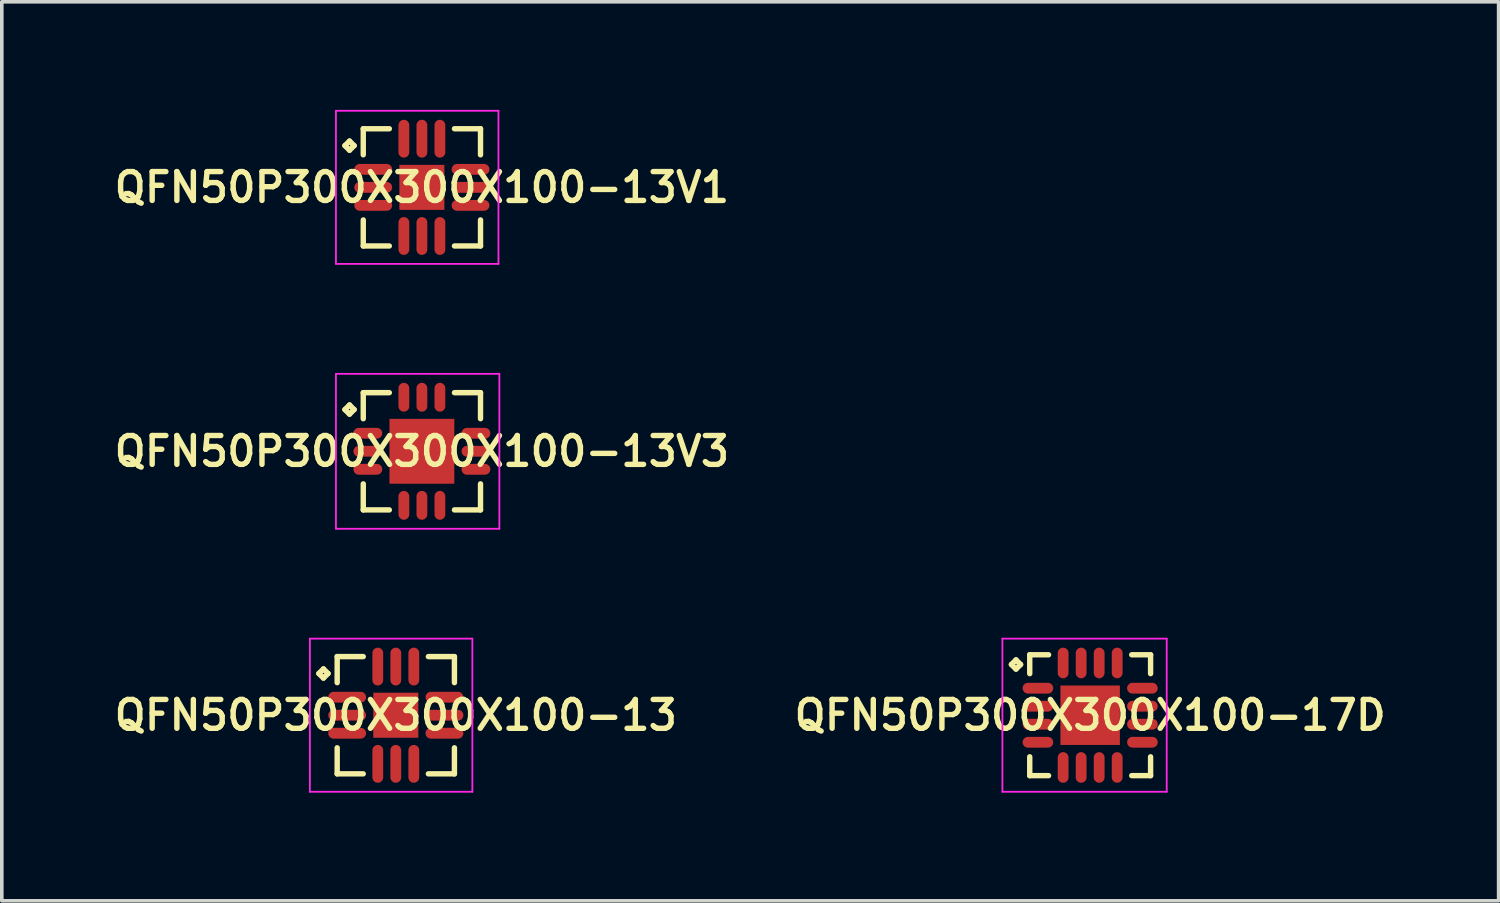
<source format=kicad_pcb>
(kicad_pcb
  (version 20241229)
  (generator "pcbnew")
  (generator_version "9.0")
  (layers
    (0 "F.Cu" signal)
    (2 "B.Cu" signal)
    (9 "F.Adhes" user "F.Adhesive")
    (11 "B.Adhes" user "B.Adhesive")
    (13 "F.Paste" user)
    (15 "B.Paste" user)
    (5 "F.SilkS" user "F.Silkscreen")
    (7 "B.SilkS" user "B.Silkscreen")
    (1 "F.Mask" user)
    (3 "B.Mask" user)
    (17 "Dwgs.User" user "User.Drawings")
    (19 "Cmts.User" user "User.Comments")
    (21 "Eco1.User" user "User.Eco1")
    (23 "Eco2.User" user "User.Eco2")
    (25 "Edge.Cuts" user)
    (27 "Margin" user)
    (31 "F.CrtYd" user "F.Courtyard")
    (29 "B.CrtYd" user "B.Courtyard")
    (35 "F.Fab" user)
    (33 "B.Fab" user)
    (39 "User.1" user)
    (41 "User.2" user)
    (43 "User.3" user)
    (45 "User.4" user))
  (footprint "QFN50P300X300X100-13V3"
    (layer "F.Cu")
    (at 8.659 9.475)
    (property "Reference" "QFN50P300X300X100-13V3" (at 0 0 0) (layer "F.SilkS") (effects (font (size 0.8 0.8) (thickness 0.15))))
    (attr smd)
    (fp_line (start -2.135 -1.158) (end -2.008 -1.285) (stroke (width 0.15) (type solid)) (layer "F.SilkS"))
    (fp_line (start -2.008 -1.285) (end -1.881 -1.158) (stroke (width 0.15) (type solid)) (layer "F.SilkS"))
    (fp_line (start -2.008 -1.031) (end -2.135 -1.158) (stroke (width 0.15) (type solid)) (layer "F.SilkS"))
    (fp_line (start -1.881 -1.158) (end -2.008 -1.031) (stroke (width 0.15) (type solid)) (layer "F.SilkS"))
    (fp_line (start -1.627 -1.627) (end -0.904 -1.627) (stroke (width 0.15) (type solid)) (layer "F.SilkS"))
    (fp_line (start -1.627 -0.904) (end -1.627 -1.627) (stroke (width 0.15) (type solid)) (layer "F.SilkS"))
    (fp_line (start -1.627 0.904) (end -1.627 1.627) (stroke (width 0.15) (type solid)) (layer "F.SilkS"))
    (fp_line (start -1.627 1.627) (end -0.904 1.627) (stroke (width 0.15) (type solid)) (layer "F.SilkS"))
    (fp_line (start 0.904 -1.627) (end 1.627 -1.627) (stroke (width 0.15) (type solid)) (layer "F.SilkS"))
    (fp_line (start 0.904 1.627) (end 1.627 1.627) (stroke (width 0.15) (type solid)) (layer "F.SilkS"))
    (fp_line (start 1.627 -1.627) (end 1.627 -0.904) (stroke (width 0.15) (type solid)) (layer "F.SilkS"))
    (fp_line (start 1.627 1.627) (end 1.627 0.904) (stroke (width 0.15) (type solid)) (layer "F.SilkS"))
    (fp_line (start -2.385 -2.15) (end 2.15 -2.15) (stroke (width 0.05) (type solid)) (layer "F.CrtYd"))
    (fp_line (start -2.385 2.15) (end -2.385 -2.15) (stroke (width 0.05) (type solid)) (layer "F.CrtYd"))
    (fp_line (start 2.15 -2.15) (end 2.15 2.15) (stroke (width 0.05) (type solid)) (layer "F.CrtYd"))
    (fp_line (start 2.15 2.15) (end -2.385 2.15) (stroke (width 0.05) (type solid)) (layer "F.CrtYd"))
    (pad "1" smd oval (at -1.5 -0.5) (size 0.8 0.3) (layers "F.Cu" "F.Mask" "F.Paste"))
    (pad "2" smd oval (at -1.5 0) (size 0.8 0.3) (layers "F.Cu" "F.Mask" "F.Paste"))
    (pad "3" smd oval (at -1.5 0.5) (size 0.8 0.3) (layers "F.Cu" "F.Mask" "F.Paste"))
    (pad "4" smd oval (at -0.5 1.5) (size 0.3 0.8) (layers "F.Cu" "F.Mask" "F.Paste"))
    (pad "5" smd oval (at 0 1.5) (size 0.3 0.8) (layers "F.Cu" "F.Mask" "F.Paste"))
    (pad "6" smd oval (at 0.5 1.5) (size 0.3 0.8) (layers "F.Cu" "F.Mask" "F.Paste"))
    (pad "7" smd oval (at 1.5 0.5) (size 0.8 0.3) (layers "F.Cu" "F.Mask" "F.Paste"))
    (pad "8" smd oval (at 1.5 0) (size 0.8 0.3) (layers "F.Cu" "F.Mask" "F.Paste"))
    (pad "9" smd oval (at 1.5 -0.5) (size 0.8 0.3) (layers "F.Cu" "F.Mask" "F.Paste"))
    (pad "10" smd oval (at 0.5 -1.5) (size 0.3 0.8) (layers "F.Cu" "F.Mask" "F.Paste"))
    (pad "11" smd oval (at 0 -1.5) (size 0.3 0.8) (layers "F.Cu" "F.Mask" "F.Paste"))
    (pad "12" smd oval (at -0.5 -1.5) (size 0.3 0.8) (layers "F.Cu" "F.Mask" "F.Paste"))
    (pad "13" smd rect (at 0 0) (size 1.8 1.8) (layers "F.Cu" "F.Mask" "F.Paste")))
  (footprint "QFN50P300X300X100-13V1"
    (layer "F.Cu")
    (at 8.659 2.15)
    (property "Reference" "QFN50P300X300X100-13V1" (at 0 0 0) (layer "F.SilkS") (effects (font (size 0.8 0.8) (thickness 0.15))))
    (attr smd)
    (fp_line (start -2.135 -1.158) (end -2.008 -1.285) (stroke (width 0.15) (type solid)) (layer "F.SilkS"))
    (fp_line (start -2.008 -1.285) (end -1.881 -1.158) (stroke (width 0.15) (type solid)) (layer "F.SilkS"))
    (fp_line (start -2.008 -1.031) (end -2.135 -1.158) (stroke (width 0.15) (type solid)) (layer "F.SilkS"))
    (fp_line (start -1.881 -1.158) (end -2.008 -1.031) (stroke (width 0.15) (type solid)) (layer "F.SilkS"))
    (fp_line (start -1.627 -1.627) (end -0.904 -1.627) (stroke (width 0.15) (type solid)) (layer "F.SilkS"))
    (fp_line (start -1.627 -0.904) (end -1.627 -1.627) (stroke (width 0.15) (type solid)) (layer "F.SilkS"))
    (fp_line (start -1.627 0.904) (end -1.627 1.627) (stroke (width 0.15) (type solid)) (layer "F.SilkS"))
    (fp_line (start -1.627 1.627) (end -0.904 1.627) (stroke (width 0.15) (type solid)) (layer "F.SilkS"))
    (fp_line (start 0.904 -1.627) (end 1.627 -1.627) (stroke (width 0.15) (type solid)) (layer "F.SilkS"))
    (fp_line (start 0.904 1.627) (end 1.627 1.627) (stroke (width 0.15) (type solid)) (layer "F.SilkS"))
    (fp_line (start 1.627 -1.627) (end 1.627 -0.904) (stroke (width 0.15) (type solid)) (layer "F.SilkS"))
    (fp_line (start 1.627 1.627) (end 1.627 0.904) (stroke (width 0.15) (type solid)) (layer "F.SilkS"))
    (fp_line (start -2.385 -2.125) (end 2.125 -2.125) (stroke (width 0.05) (type solid)) (layer "F.CrtYd"))
    (fp_line (start -2.385 2.125) (end -2.385 -2.125) (stroke (width 0.05) (type solid)) (layer "F.CrtYd"))
    (fp_line (start 2.125 -2.125) (end 2.125 2.125) (stroke (width 0.05) (type solid)) (layer "F.CrtYd"))
    (fp_line (start 2.125 2.125) (end -2.385 2.125) (stroke (width 0.05) (type solid)) (layer "F.CrtYd"))
    (pad "1" smd oval (at -1.35 -0.5) (size 1.05 0.3) (layers "F.Cu" "F.Mask" "F.Paste"))
    (pad "2" smd oval (at -1.35 0) (size 1.05 0.3) (layers "F.Cu" "F.Mask" "F.Paste"))
    (pad "3" smd oval (at -1.35 0.5) (size 1.05 0.3) (layers "F.Cu" "F.Mask" "F.Paste"))
    (pad "4" smd oval (at -0.5 1.35) (size 0.3 1.05) (layers "F.Cu" "F.Mask" "F.Paste"))
    (pad "5" smd oval (at 0 1.35) (size 0.3 1.05) (layers "F.Cu" "F.Mask" "F.Paste"))
    (pad "6" smd oval (at 0.5 1.35) (size 0.3 1.05) (layers "F.Cu" "F.Mask" "F.Paste"))
    (pad "7" smd oval (at 1.35 0.5) (size 1.05 0.3) (layers "F.Cu" "F.Mask" "F.Paste"))
    (pad "8" smd oval (at 1.35 0) (size 1.05 0.3) (layers "F.Cu" "F.Mask" "F.Paste"))
    (pad "9" smd oval (at 1.35 -0.5) (size 1.05 0.3) (layers "F.Cu" "F.Mask" "F.Paste"))
    (pad "10" smd oval (at 0.5 -1.35) (size 0.3 1.05) (layers "F.Cu" "F.Mask" "F.Paste"))
    (pad "11" smd oval (at 0 -1.35) (size 0.3 1.05) (layers "F.Cu" "F.Mask" "F.Paste"))
    (pad "12" smd oval (at -0.5 -1.35) (size 0.3 1.05) (layers "F.Cu" "F.Mask" "F.Paste"))
    (pad "13" smd rect (at 0 0) (size 1.25 1.25) (layers "F.Cu" "F.Mask" "F.Paste")))
  (footprint "QFN50P300X300X100-13"
    (layer "F.Cu")
    (at 7.935 16.8)
    (property "Reference" "QFN50P300X300X100-13" (at 0 0 0) (layer "F.SilkS") (effects (font (size 0.8 0.8) (thickness 0.15))))
    (attr smd)
    (fp_line (start -2.135 -1.158) (end -2.008 -1.285) (stroke (width 0.15) (type solid)) (layer "F.SilkS"))
    (fp_line (start -2.008 -1.285) (end -1.881 -1.158) (stroke (width 0.15) (type solid)) (layer "F.SilkS"))
    (fp_line (start -2.008 -1.031) (end -2.135 -1.158) (stroke (width 0.15) (type solid)) (layer "F.SilkS"))
    (fp_line (start -1.881 -1.158) (end -2.008 -1.031) (stroke (width 0.15) (type solid)) (layer "F.SilkS"))
    (fp_line (start -1.627 -1.627) (end -0.904 -1.627) (stroke (width 0.15) (type solid)) (layer "F.SilkS"))
    (fp_line (start -1.627 -0.904) (end -1.627 -1.627) (stroke (width 0.15) (type solid)) (layer "F.SilkS"))
    (fp_line (start -1.627 0.904) (end -1.627 1.627) (stroke (width 0.15) (type solid)) (layer "F.SilkS"))
    (fp_line (start -1.627 1.627) (end -0.904 1.627) (stroke (width 0.15) (type solid)) (layer "F.SilkS"))
    (fp_line (start 0.904 -1.627) (end 1.627 -1.627) (stroke (width 0.15) (type solid)) (layer "F.SilkS"))
    (fp_line (start 0.904 1.627) (end 1.627 1.627) (stroke (width 0.15) (type solid)) (layer "F.SilkS"))
    (fp_line (start 1.627 -1.627) (end 1.627 -0.904) (stroke (width 0.15) (type solid)) (layer "F.SilkS"))
    (fp_line (start 1.627 1.627) (end 1.627 0.904) (stroke (width 0.15) (type solid)) (layer "F.SilkS"))
    (fp_line (start -2.385 -2.125) (end 2.125 -2.125) (stroke (width 0.05) (type solid)) (layer "F.CrtYd"))
    (fp_line (start -2.385 2.125) (end -2.385 -2.125) (stroke (width 0.05) (type solid)) (layer "F.CrtYd"))
    (fp_line (start 2.125 -2.125) (end 2.125 2.125) (stroke (width 0.05) (type solid)) (layer "F.CrtYd"))
    (fp_line (start 2.125 2.125) (end -2.385 2.125) (stroke (width 0.05) (type solid)) (layer "F.CrtYd"))
    (pad "1" smd oval (at -1.35 -0.5) (size 1.05 0.3) (layers "F.Cu" "F.Mask" "F.Paste"))
    (pad "2" smd oval (at -1.35 0) (size 1.05 0.3) (layers "F.Cu" "F.Mask" "F.Paste"))
    (pad "3" smd oval (at -1.35 0.5) (size 1.05 0.3) (layers "F.Cu" "F.Mask" "F.Paste"))
    (pad "4" smd oval (at -0.5 1.35) (size 0.3 1.05) (layers "F.Cu" "F.Mask" "F.Paste"))
    (pad "5" smd oval (at 0 1.35) (size 0.3 1.05) (layers "F.Cu" "F.Mask" "F.Paste"))
    (pad "6" smd oval (at 0.5 1.35) (size 0.3 1.05) (layers "F.Cu" "F.Mask" "F.Paste"))
    (pad "7" smd oval (at 1.35 0.5) (size 1.05 0.3) (layers "F.Cu" "F.Mask" "F.Paste"))
    (pad "8" smd oval (at 1.35 0) (size 1.05 0.3) (layers "F.Cu" "F.Mask" "F.Paste"))
    (pad "9" smd oval (at 1.35 -0.5) (size 1.05 0.3) (layers "F.Cu" "F.Mask" "F.Paste"))
    (pad "10" smd oval (at 0.5 -1.35) (size 0.3 1.05) (layers "F.Cu" "F.Mask" "F.Paste"))
    (pad "11" smd oval (at 0 -1.35) (size 0.3 1.05) (layers "F.Cu" "F.Mask" "F.Paste"))
    (pad "12" smd oval (at -0.5 -1.35) (size 0.3 1.05) (layers "F.Cu" "F.Mask" "F.Paste"))
    (pad "13" smd rect (at 0 0) (size 1.25 1.25) (layers "F.Cu" "F.Mask" "F.Paste")))
  (footprint "QFN50P300X300X100-17D"
    (layer "F.Cu")
    (at 27.206 16.8)
    (property "Reference" "QFN50P300X300X100-17D" (at 0 0 0) (layer "F.SilkS") (effects (font (size 0.8 0.8) (thickness 0.15))))
    (attr smd)
    (fp_line (start -2.185 -1.408) (end -2.058 -1.535) (stroke (width 0.15) (type solid)) (layer "F.SilkS"))
    (fp_line (start -2.058 -1.535) (end -1.931 -1.408) (stroke (width 0.15) (type solid)) (layer "F.SilkS"))
    (fp_line (start -2.058 -1.281) (end -2.185 -1.408) (stroke (width 0.15) (type solid)) (layer "F.SilkS"))
    (fp_line (start -1.931 -1.408) (end -2.058 -1.281) (stroke (width 0.15) (type solid)) (layer "F.SilkS"))
    (fp_line (start -1.677 -1.677) (end -1.154 -1.677) (stroke (width 0.15) (type solid)) (layer "F.SilkS"))
    (fp_line (start -1.677 -1.154) (end -1.677 -1.677) (stroke (width 0.15) (type solid)) (layer "F.SilkS"))
    (fp_line (start -1.677 1.154) (end -1.677 1.677) (stroke (width 0.15) (type solid)) (layer "F.SilkS"))
    (fp_line (start -1.677 1.677) (end -1.154 1.677) (stroke (width 0.15) (type solid)) (layer "F.SilkS"))
    (fp_line (start 1.154 -1.677) (end 1.677 -1.677) (stroke (width 0.15) (type solid)) (layer "F.SilkS"))
    (fp_line (start 1.154 1.677) (end 1.677 1.677) (stroke (width 0.15) (type solid)) (layer "F.SilkS"))
    (fp_line (start 1.677 -1.677) (end 1.677 -1.154) (stroke (width 0.15) (type solid)) (layer "F.SilkS"))
    (fp_line (start 1.677 1.677) (end 1.677 1.154) (stroke (width 0.15) (type solid)) (layer "F.SilkS"))
    (fp_line (start -2.435 -2.125) (end 2.125 -2.125) (stroke (width 0.05) (type solid)) (layer "F.CrtYd"))
    (fp_line (start -2.435 2.125) (end -2.435 -2.125) (stroke (width 0.05) (type solid)) (layer "F.CrtYd"))
    (fp_line (start 2.125 -2.125) (end 2.125 2.125) (stroke (width 0.05) (type solid)) (layer "F.CrtYd"))
    (fp_line (start 2.125 2.125) (end -2.435 2.125) (stroke (width 0.05) (type solid)) (layer "F.CrtYd"))
    (pad "1" smd oval (at -1.45 -0.75) (size 0.85 0.3) (layers "F.Cu" "F.Mask" "F.Paste"))
    (pad "2" smd oval (at -1.45 -0.25) (size 0.85 0.3) (layers "F.Cu" "F.Mask" "F.Paste"))
    (pad "3" smd oval (at -1.45 0.25) (size 0.85 0.3) (layers "F.Cu" "F.Mask" "F.Paste"))
    (pad "4" smd oval (at -1.45 0.75) (size 0.85 0.3) (layers "F.Cu" "F.Mask" "F.Paste"))
    (pad "5" smd oval (at -0.75 1.45) (size 0.3 0.85) (layers "F.Cu" "F.Mask" "F.Paste"))
    (pad "6" smd oval (at -0.25 1.45) (size 0.3 0.85) (layers "F.Cu" "F.Mask" "F.Paste"))
    (pad "7" smd oval (at 0.25 1.45) (size 0.3 0.85) (layers "F.Cu" "F.Mask" "F.Paste"))
    (pad "8" smd oval (at 0.75 1.45) (size 0.3 0.85) (layers "F.Cu" "F.Mask" "F.Paste"))
    (pad "9" smd oval (at 1.45 0.75) (size 0.85 0.3) (layers "F.Cu" "F.Mask" "F.Paste"))
    (pad "10" smd oval (at 1.45 0.25) (size 0.85 0.3) (layers "F.Cu" "F.Mask" "F.Paste"))
    (pad "11" smd oval (at 1.45 -0.25) (size 0.85 0.3) (layers "F.Cu" "F.Mask" "F.Paste"))
    (pad "12" smd oval (at 1.45 -0.75) (size 0.85 0.3) (layers "F.Cu" "F.Mask" "F.Paste"))
    (pad "13" smd oval (at 0.75 -1.45) (size 0.3 0.85) (layers "F.Cu" "F.Mask" "F.Paste"))
    (pad "14" smd oval (at 0.25 -1.45) (size 0.3 0.85) (layers "F.Cu" "F.Mask" "F.Paste"))
    (pad "15" smd oval (at -0.25 -1.45) (size 0.3 0.85) (layers "F.Cu" "F.Mask" "F.Paste"))
    (pad "16" smd oval (at -0.75 -1.45) (size 0.3 0.85) (layers "F.Cu" "F.Mask" "F.Paste"))
    (pad "17" smd rect (at 0 0) (size 1.65 1.65) (layers "F.Cu" "F.Mask" "F.Paste")))
  (gr_rect
    (start -3 -3)
    (end 38.542 21.95)
    (stroke (width 0.1) (type default))
    (fill no)
    (layer "Edge.Cuts")))
</source>
